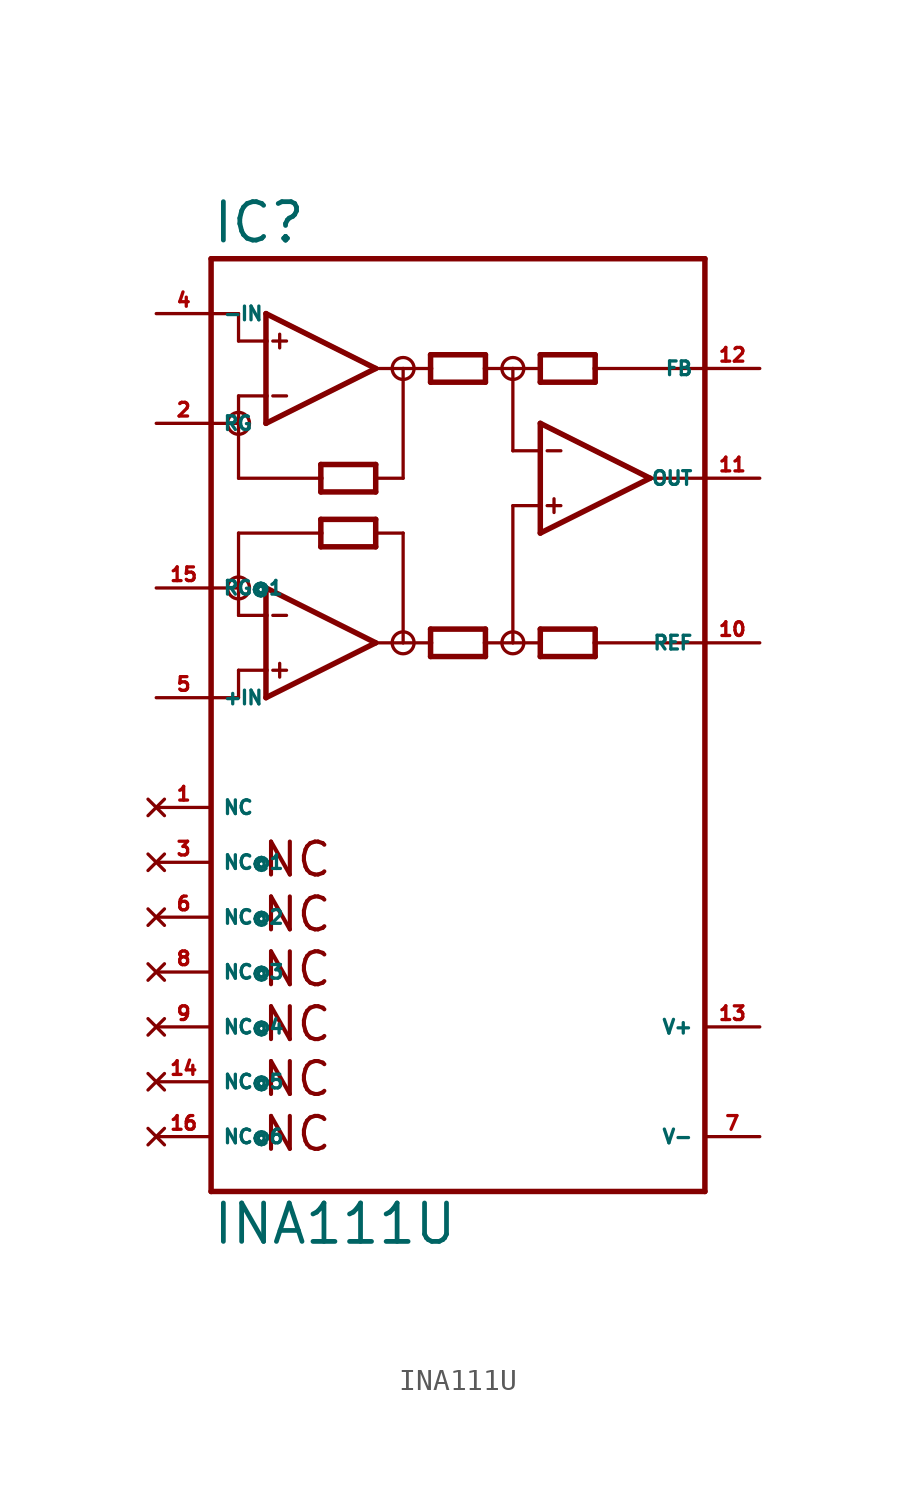
<source format=kicad_sym>
(kicad_symbol_lib
  (version 20220914)
  (generator Eagle2Kicad)
  (symbol "INA111U"
    (property "Reference" "IC"
      (at -10.16 23.495 0)
      (effects (font (size 1.778 1.778) (thickness 0.22)) (justify left bottom)))
    (property "Value" "INA111U"
      (at -10.16 -22.86 0)
      (effects (font (size 1.778 1.778) (thickness 0.22)) (justify left bottom)))
    (polyline
      (pts (xy -7.62 15.24) (xy -7.62 16.51))
      (stroke (width 0.254) (type default))
      (fill (type none)))
    (polyline
      (pts (xy -7.62 16.51) (xy -7.62 19.05))
      (stroke (width 0.254) (type default))
      (fill (type none)))
    (polyline
      (pts (xy -7.62 19.05) (xy -7.62 20.32))
      (stroke (width 0.254) (type default))
      (fill (type none)))
    (polyline
      (pts (xy -7.62 20.32) (xy -2.54 17.78))
      (stroke (width 0.254) (type default))
      (fill (type none)))
    (polyline
      (pts (xy -2.54 17.78) (xy -7.62 15.24))
      (stroke (width 0.254) (type default))
      (fill (type none)))
    (polyline
      (pts (xy -2.54 12.065) (xy -2.54 12.7))
      (stroke (width 0.254) (type default))
      (fill (type none)))
    (polyline
      (pts (xy -2.54 12.7) (xy -2.54 13.335))
      (stroke (width 0.254) (type default))
      (fill (type none)))
    (polyline
      (pts (xy -2.54 13.335) (xy -5.08 13.335))
      (stroke (width 0.254) (type default))
      (fill (type none)))
    (polyline
      (pts (xy -5.08 13.335) (xy -5.08 12.7))
      (stroke (width 0.254) (type default))
      (fill (type none)))
    (polyline
      (pts (xy -5.08 12.7) (xy -5.08 12.065))
      (stroke (width 0.254) (type default))
      (fill (type none)))
    (polyline
      (pts (xy -5.08 12.065) (xy -2.54 12.065))
      (stroke (width 0.254) (type default))
      (fill (type none)))
    (polyline
      (pts (xy 0 17.145) (xy 0 17.78))
      (stroke (width 0.254) (type default))
      (fill (type none)))
    (polyline
      (pts (xy 0 17.78) (xy 0 18.415))
      (stroke (width 0.254) (type default))
      (fill (type none)))
    (polyline
      (pts (xy 0 18.415) (xy 2.54 18.415))
      (stroke (width 0.254) (type default))
      (fill (type none)))
    (polyline
      (pts (xy 2.54 18.415) (xy 2.54 17.78))
      (stroke (width 0.254) (type default))
      (fill (type none)))
    (polyline
      (pts (xy 2.54 17.78) (xy 2.54 17.145))
      (stroke (width 0.254) (type default))
      (fill (type none)))
    (polyline
      (pts (xy 2.54 17.145) (xy 0 17.145))
      (stroke (width 0.254) (type default))
      (fill (type none)))
    (polyline
      (pts (xy -7.62 19.05) (xy -8.89 19.05))
      (stroke (width 0.152) (type default))
      (fill (type none)))
    (polyline
      (pts (xy 7.62 18.415) (xy 7.62 17.78))
      (stroke (width 0.254) (type default))
      (fill (type none)))
    (polyline
      (pts (xy 7.62 17.78) (xy 7.62 17.145))
      (stroke (width 0.254) (type default))
      (fill (type none)))
    (polyline
      (pts (xy 7.62 17.145) (xy 5.08 17.145))
      (stroke (width 0.254) (type default))
      (fill (type none)))
    (polyline
      (pts (xy 5.08 17.145) (xy 5.08 17.78))
      (stroke (width 0.254) (type default))
      (fill (type none)))
    (polyline
      (pts (xy 5.08 17.78) (xy 5.08 18.415))
      (stroke (width 0.254) (type default))
      (fill (type none)))
    (polyline
      (pts (xy 5.08 18.415) (xy 7.62 18.415))
      (stroke (width 0.254) (type default))
      (fill (type none)))
    (polyline
      (pts (xy 5.08 5.715) (xy 5.08 5.08))
      (stroke (width 0.254) (type default))
      (fill (type none)))
    (polyline
      (pts (xy 5.08 5.08) (xy 5.08 4.445))
      (stroke (width 0.254) (type default))
      (fill (type none)))
    (polyline
      (pts (xy 5.08 4.445) (xy 7.62 4.445))
      (stroke (width 0.254) (type default))
      (fill (type none)))
    (polyline
      (pts (xy 7.62 4.445) (xy 7.62 5.08))
      (stroke (width 0.254) (type default))
      (fill (type none)))
    (polyline
      (pts (xy 7.62 5.08) (xy 7.62 5.715))
      (stroke (width 0.254) (type default))
      (fill (type none)))
    (polyline
      (pts (xy 7.62 5.715) (xy 5.08 5.715))
      (stroke (width 0.254) (type default))
      (fill (type none)))
    (polyline
      (pts (xy -7.62 16.51) (xy -8.89 16.51))
      (stroke (width 0.152) (type default))
      (fill (type none)))
    (polyline
      (pts (xy -7.303 19.05) (xy -6.668 19.05))
      (stroke (width 0.152) (type default))
      (fill (type none)))
    (polyline
      (pts (xy -7.303 16.51) (xy -6.668 16.51))
      (stroke (width 0.152) (type default))
      (fill (type none)))
    (polyline
      (pts (xy -6.985 19.367) (xy -6.985 18.733))
      (stroke (width 0.152) (type default))
      (fill (type none)))
    (polyline
      (pts (xy -10.16 -20.32) (xy 12.7 -20.32))
      (stroke (width 0.254) (type default))
      (fill (type none)))
    (polyline
      (pts (xy 12.7 -20.32) (xy 12.7 5.08))
      (stroke (width 0.254) (type default))
      (fill (type none)))
    (polyline
      (pts (xy 12.7 5.08) (xy 12.7 12.7))
      (stroke (width 0.254) (type default))
      (fill (type none)))
    (polyline
      (pts (xy 12.7 12.7) (xy 12.7 17.78))
      (stroke (width 0.254) (type default))
      (fill (type none)))
    (polyline
      (pts (xy 12.7 17.78) (xy 12.7 22.86))
      (stroke (width 0.254) (type default))
      (fill (type none)))
    (polyline
      (pts (xy 12.7 22.86) (xy -10.16 22.86))
      (stroke (width 0.254) (type default))
      (fill (type none)))
    (polyline
      (pts (xy -10.16 22.86) (xy -10.16 20.32))
      (stroke (width 0.254) (type default))
      (fill (type none)))
    (polyline
      (pts (xy -10.16 20.32) (xy -10.16 15.24))
      (stroke (width 0.254) (type default))
      (fill (type none)))
    (polyline
      (pts (xy -10.16 15.24) (xy -10.16 7.62))
      (stroke (width 0.254) (type default))
      (fill (type none)))
    (polyline
      (pts (xy -10.16 7.62) (xy -10.16 2.54))
      (stroke (width 0.254) (type default))
      (fill (type none)))
    (polyline
      (pts (xy -10.16 2.54) (xy -10.16 -20.32))
      (stroke (width 0.254) (type default))
      (fill (type none)))
    (polyline
      (pts (xy -7.62 2.54) (xy -7.62 3.81))
      (stroke (width 0.254) (type default))
      (fill (type none)))
    (polyline
      (pts (xy -7.62 3.81) (xy -7.62 6.35))
      (stroke (width 0.254) (type default))
      (fill (type none)))
    (polyline
      (pts (xy -7.62 6.35) (xy -7.62 7.62))
      (stroke (width 0.254) (type default))
      (fill (type none)))
    (polyline
      (pts (xy -7.62 7.62) (xy -2.54 5.08))
      (stroke (width 0.254) (type default))
      (fill (type none)))
    (polyline
      (pts (xy -2.54 5.08) (xy -7.62 2.54))
      (stroke (width 0.254) (type default))
      (fill (type none)))
    (polyline
      (pts (xy 2.54 4.445) (xy 2.54 5.08))
      (stroke (width 0.254) (type default))
      (fill (type none)))
    (polyline
      (pts (xy 2.54 5.08) (xy 2.54 5.715))
      (stroke (width 0.254) (type default))
      (fill (type none)))
    (polyline
      (pts (xy 2.54 5.715) (xy 0 5.715))
      (stroke (width 0.254) (type default))
      (fill (type none)))
    (polyline
      (pts (xy 0 5.715) (xy 0 5.08))
      (stroke (width 0.254) (type default))
      (fill (type none)))
    (polyline
      (pts (xy 0 5.08) (xy 0 4.445))
      (stroke (width 0.254) (type default))
      (fill (type none)))
    (polyline
      (pts (xy 0 4.445) (xy 2.54 4.445))
      (stroke (width 0.254) (type default))
      (fill (type none)))
    (polyline
      (pts (xy -5.08 9.525) (xy -5.08 10.16))
      (stroke (width 0.254) (type default))
      (fill (type none)))
    (polyline
      (pts (xy -5.08 10.16) (xy -5.08 10.795))
      (stroke (width 0.254) (type default))
      (fill (type none)))
    (polyline
      (pts (xy -5.08 10.795) (xy -2.54 10.795))
      (stroke (width 0.254) (type default))
      (fill (type none)))
    (polyline
      (pts (xy -2.54 10.795) (xy -2.54 10.16))
      (stroke (width 0.254) (type default))
      (fill (type none)))
    (polyline
      (pts (xy -2.54 10.16) (xy -2.54 9.525))
      (stroke (width 0.254) (type default))
      (fill (type none)))
    (polyline
      (pts (xy -2.54 9.525) (xy -5.08 9.525))
      (stroke (width 0.254) (type default))
      (fill (type none)))
    (polyline
      (pts (xy -7.62 6.35) (xy -8.89 6.35))
      (stroke (width 0.152) (type default))
      (fill (type none)))
    (polyline
      (pts (xy -7.62 3.81) (xy -8.89 3.81))
      (stroke (width 0.152) (type default))
      (fill (type none)))
    (polyline
      (pts (xy -7.303 6.35) (xy -6.668 6.35))
      (stroke (width 0.152) (type default))
      (fill (type none)))
    (polyline
      (pts (xy -7.303 3.81) (xy -6.668 3.81))
      (stroke (width 0.152) (type default))
      (fill (type none)))
    (polyline
      (pts (xy -6.985 4.128) (xy -6.985 3.493))
      (stroke (width 0.152) (type default))
      (fill (type none)))
    (polyline
      (pts (xy -8.89 19.05) (xy -8.89 20.32))
      (stroke (width 0.152) (type default))
      (fill (type none)))
    (polyline
      (pts (xy -8.89 20.32) (xy -10.16 20.32))
      (stroke (width 0.152) (type default))
      (fill (type none)))
    (polyline
      (pts (xy -8.89 16.51) (xy -8.89 15.24))
      (stroke (width 0.152) (type default))
      (fill (type none)))
    (polyline
      (pts (xy -8.89 15.24) (xy -10.16 15.24))
      (stroke (width 0.152) (type default))
      (fill (type none)))
    (polyline
      (pts (xy 5.08 10.16) (xy 5.08 11.43))
      (stroke (width 0.254) (type default))
      (fill (type none)))
    (polyline
      (pts (xy 5.08 11.43) (xy 5.08 13.97))
      (stroke (width 0.254) (type default))
      (fill (type none)))
    (polyline
      (pts (xy 5.08 13.97) (xy 5.08 15.24))
      (stroke (width 0.254) (type default))
      (fill (type none)))
    (polyline
      (pts (xy 5.08 15.24) (xy 10.16 12.7))
      (stroke (width 0.254) (type default))
      (fill (type none)))
    (polyline
      (pts (xy 10.16 12.7) (xy 5.08 10.16))
      (stroke (width 0.254) (type default))
      (fill (type none)))
    (polyline
      (pts (xy 5.08 11.43) (xy 3.81 11.43))
      (stroke (width 0.152) (type default))
      (fill (type none)))
    (polyline
      (pts (xy 5.397 13.97) (xy 6.032 13.97))
      (stroke (width 0.152) (type default))
      (fill (type none)))
    (polyline
      (pts (xy 5.397 11.43) (xy 6.032 11.43))
      (stroke (width 0.152) (type default))
      (fill (type none)))
    (polyline
      (pts (xy 5.715 11.748) (xy 5.715 11.113))
      (stroke (width 0.152) (type default))
      (fill (type none)))
    (polyline
      (pts (xy -2.54 17.78) (xy -1.27 17.78))
      (stroke (width 0.152) (type default))
      (fill (type none)))
    (polyline
      (pts (xy -1.27 17.78) (xy 0 17.78))
      (stroke (width 0.152) (type default))
      (fill (type none)))
    (polyline
      (pts (xy 2.54 17.78) (xy 3.81 17.78))
      (stroke (width 0.152) (type default))
      (fill (type none)))
    (polyline
      (pts (xy 3.81 17.78) (xy 5.08 17.78))
      (stroke (width 0.152) (type default))
      (fill (type none)))
    (polyline
      (pts (xy 10.16 12.7) (xy 12.7 12.7))
      (stroke (width 0.152) (type default))
      (fill (type none)))
    (polyline
      (pts (xy -8.89 15.24) (xy -8.89 12.7))
      (stroke (width 0.152) (type default))
      (fill (type none)))
    (polyline
      (pts (xy -8.89 12.7) (xy -5.08 12.7))
      (stroke (width 0.152) (type default))
      (fill (type none)))
    (polyline
      (pts (xy -1.27 17.78) (xy -1.27 12.7))
      (stroke (width 0.152) (type default))
      (fill (type none)))
    (polyline
      (pts (xy -1.27 12.7) (xy -2.54 12.7))
      (stroke (width 0.152) (type default))
      (fill (type none)))
    (polyline
      (pts (xy 3.81 17.78) (xy 3.81 13.97))
      (stroke (width 0.152) (type default))
      (fill (type none)))
    (polyline
      (pts (xy 3.81 13.97) (xy 5.08 13.97))
      (stroke (width 0.152) (type default))
      (fill (type none)))
    (polyline
      (pts (xy -5.08 10.16) (xy -8.89 10.16))
      (stroke (width 0.152) (type default))
      (fill (type none)))
    (polyline
      (pts (xy -8.89 10.16) (xy -8.89 7.62))
      (stroke (width 0.152) (type default))
      (fill (type none)))
    (polyline
      (pts (xy -8.89 7.62) (xy -8.89 6.35))
      (stroke (width 0.152) (type default))
      (fill (type none)))
    (polyline
      (pts (xy -2.54 10.16) (xy -1.27 10.16))
      (stroke (width 0.152) (type default))
      (fill (type none)))
    (polyline
      (pts (xy -1.27 10.16) (xy -1.27 5.08))
      (stroke (width 0.152) (type default))
      (fill (type none)))
    (polyline
      (pts (xy -1.27 5.08) (xy -2.54 5.08))
      (stroke (width 0.152) (type default))
      (fill (type none)))
    (polyline
      (pts (xy -1.27 5.08) (xy 0 5.08))
      (stroke (width 0.152) (type default))
      (fill (type none)))
    (polyline
      (pts (xy 2.54 5.08) (xy 3.81 5.08))
      (stroke (width 0.152) (type default))
      (fill (type none)))
    (polyline
      (pts (xy 3.81 5.08) (xy 5.08 5.08))
      (stroke (width 0.152) (type default))
      (fill (type none)))
    (polyline
      (pts (xy -8.89 3.81) (xy -8.89 2.54))
      (stroke (width 0.152) (type default))
      (fill (type none)))
    (polyline
      (pts (xy -8.89 2.54) (xy -10.16 2.54))
      (stroke (width 0.152) (type default))
      (fill (type none)))
    (polyline
      (pts (xy -10.16 7.62) (xy -8.89 7.62))
      (stroke (width 0.152) (type default))
      (fill (type none)))
    (polyline
      (pts (xy 3.81 11.43) (xy 3.81 5.08))
      (stroke (width 0.152) (type default))
      (fill (type none)))
    (polyline
      (pts (xy 7.62 5.08) (xy 12.7 5.08))
      (stroke (width 0.152) (type default))
      (fill (type none)))
    (polyline
      (pts (xy 12.7 17.78) (xy 7.62 17.78))
      (stroke (width 0.152) (type default))
      (fill (type none)))
    (text "NC"
      (at -7.874 -5.842 0)
      (effects (font (size 1.524 1.524) (thickness 0.19)) (justify left bottom)))
    (text "NC"
      (at -7.874 -8.382 0)
      (effects (font (size 1.524 1.524) (thickness 0.19)) (justify left bottom)))
    (text "NC"
      (at -7.874 -10.922 0)
      (effects (font (size 1.524 1.524) (thickness 0.19)) (justify left bottom)))
    (text "NC"
      (at -7.874 -13.462 0)
      (effects (font (size 1.524 1.524) (thickness 0.19)) (justify left bottom)))
    (text "NC"
      (at -7.874 -16.002 0)
      (effects (font (size 1.524 1.524) (thickness 0.19)) (justify left bottom)))
    (text "NC"
      (at -7.874 -18.542 0)
      (effects (font (size 1.524 1.524) (thickness 0.19)) (justify left bottom)))
    (circle
      (center 3.81 17.78)
      (radius 0.508)
      (stroke (width 0) (type default))
      (fill (type none)))
    (circle
      (center -1.27 17.78)
      (radius 0.508)
      (stroke (width 0) (type default))
      (fill (type none)))
    (circle
      (center 3.81 5.08)
      (radius 0.508)
      (stroke (width 0) (type default))
      (fill (type none)))
    (circle
      (center -1.27 5.08)
      (radius 0.508)
      (stroke (width 0) (type default))
      (fill (type none)))
    (circle
      (center -8.89 7.62)
      (radius 0.508)
      (stroke (width 0) (type default))
      (fill (type none)))
    (circle
      (center -8.89 15.24)
      (radius 0.508)
      (stroke (width 0) (type default))
      (fill (type none)))
    (pin input line
      (at -12.7 20.32 0)
      (length 2.54)
      (name "-IN" (effects (font (size 0.635 0.635) (thickness 0.08)) (justify left bottom)))
      (number "4" (effects (font (size 0.635 0.635) (thickness 0.08)) (justify left bottom))))
    (pin passive line
      (at -12.7 15.24 0)
      (length 2.54)
      (name "RG" (effects (font (size 0.635 0.635) (thickness 0.08)) (justify left bottom)))
      (number "2" (effects (font (size 0.635 0.635) (thickness 0.08)) (justify left bottom))))
    (pin output line
      (at 15.24 12.7 180)
      (length 2.54)
      (name "OUT" (effects (font (size 0.635 0.635) (thickness 0.08)) (justify left bottom)))
      (number "11" (effects (font (size 0.635 0.635) (thickness 0.08)) (justify left bottom))))
    (pin unspecified line
      (at 15.24 -12.7 180)
      (length 2.54)
      (name "V+" (effects (font (size 0.635 0.635) (thickness 0.08)) (justify left bottom)))
      (number "13" (effects (font (size 0.635 0.635) (thickness 0.08)) (justify left bottom))))
    (pin unspecified line
      (at 15.24 -17.78 180)
      (length 2.54)
      (name "V-" (effects (font (size 0.635 0.635) (thickness 0.08)) (justify left bottom)))
      (number "7" (effects (font (size 0.635 0.635) (thickness 0.08)) (justify left bottom))))
    (pin passive line
      (at -12.7 7.62 0)
      (length 2.54)
      (name "RG@1" (effects (font (size 0.635 0.635) (thickness 0.08)) (justify left bottom)))
      (number "15" (effects (font (size 0.635 0.635) (thickness 0.08)) (justify left bottom))))
    (pin input line
      (at -12.7 2.54 0)
      (length 2.54)
      (name "+IN" (effects (font (size 0.635 0.635) (thickness 0.08)) (justify left bottom)))
      (number "5" (effects (font (size 0.635 0.635) (thickness 0.08)) (justify left bottom))))
    (pin passive line
      (at 15.24 5.08 180)
      (length 2.54)
      (name "REF" (effects (font (size 0.635 0.635) (thickness 0.08)) (justify left bottom)))
      (number "10" (effects (font (size 0.635 0.635) (thickness 0.08)) (justify left bottom))))
    (pin no_connect line
      (at -12.7 -2.54 0)
      (length 2.54)
      (name "NC" (effects (font (size 0.635 0.635) (thickness 0.08)) (justify left bottom) hide))
      (number "1" (effects (font (size 0.635 0.635) (thickness 0.08)) (justify left bottom) hide)))
    (pin no_connect line
      (at -12.7 -5.08 0)
      (length 2.54)
      (name "NC@1" (effects (font (size 0.635 0.635) (thickness 0.08)) (justify left bottom) hide))
      (number "3" (effects (font (size 0.635 0.635) (thickness 0.08)) (justify left bottom) hide)))
    (pin no_connect line
      (at -12.7 -7.62 0)
      (length 2.54)
      (name "NC@2" (effects (font (size 0.635 0.635) (thickness 0.08)) (justify left bottom) hide))
      (number "6" (effects (font (size 0.635 0.635) (thickness 0.08)) (justify left bottom) hide)))
    (pin no_connect line
      (at -12.7 -10.16 0)
      (length 2.54)
      (name "NC@3" (effects (font (size 0.635 0.635) (thickness 0.08)) (justify left bottom) hide))
      (number "8" (effects (font (size 0.635 0.635) (thickness 0.08)) (justify left bottom) hide)))
    (pin no_connect line
      (at -12.7 -12.7 0)
      (length 2.54)
      (name "NC@4" (effects (font (size 0.635 0.635) (thickness 0.08)) (justify left bottom) hide))
      (number "9" (effects (font (size 0.635 0.635) (thickness 0.08)) (justify left bottom) hide)))
    (pin no_connect line
      (at -12.7 -15.24 0)
      (length 2.54)
      (name "NC@5" (effects (font (size 0.635 0.635) (thickness 0.08)) (justify left bottom) hide))
      (number "14" (effects (font (size 0.635 0.635) (thickness 0.08)) (justify left bottom) hide)))
    (pin no_connect line
      (at -12.7 -17.78 0)
      (length 2.54)
      (name "NC@6" (effects (font (size 0.635 0.635) (thickness 0.08)) (justify left bottom) hide))
      (number "16" (effects (font (size 0.635 0.635) (thickness 0.08)) (justify left bottom) hide)))
    (pin passive line
      (at 15.24 17.78 180)
      (length 2.54)
      (name "FB" (effects (font (size 0.635 0.635) (thickness 0.08)) (justify left bottom)))
      (number "12" (effects (font (size 0.635 0.635) (thickness 0.08)) (justify left bottom))))))
</source>
